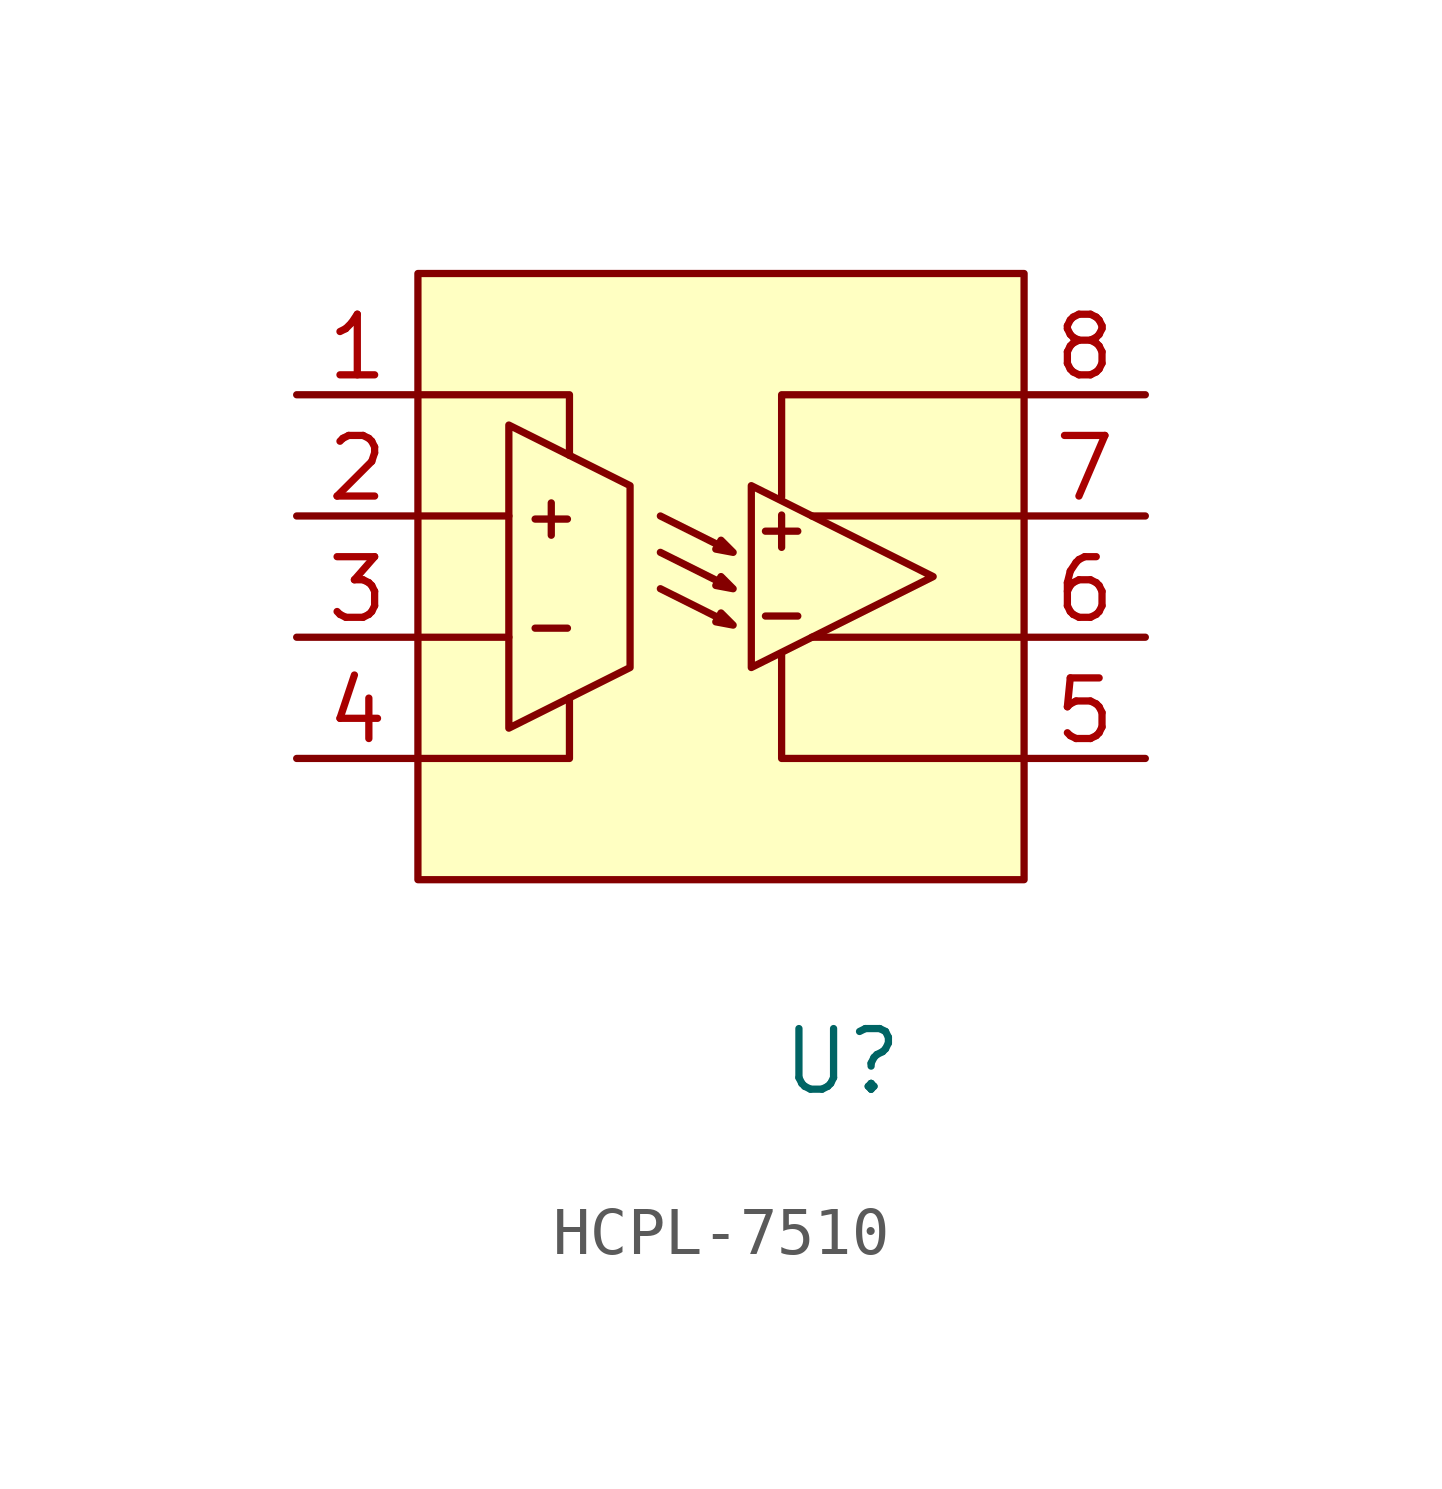
<source format=kicad_sym>
(kicad_symbol_lib
  (version 20231120)
  (generator "kicad_symbol_editor")
  (generator_version "8.0")
  (symbol "HCPL-7510"
    (pin_names hide)
    (property "Reference" "U"
      (at 2.54 -10.16 0)
      (effects (font (size 1.27 1.27))))
    (property "Value" ""
      (at 2.54 -10.16 0)
      (effects (font (size 1.27 1.27))))
    (symbol "HCPL-7510_1_1"
      (rectangle (start -6.35 6.35) (end 6.35 -6.35) (stroke (width 0) (type default)) (fill (type background)))
      (polyline (pts (xy -6.35 -1.27) (xy -4.445 -1.27)) (stroke (width 0) (type default)) (fill (type none)))
      (polyline (pts (xy -6.35 1.27) (xy -4.445 1.27)) (stroke (width 0) (type default)) (fill (type none)))
      (polyline (pts (xy -1.27 -0.254) (xy 0 -0.889)) (stroke (width 0) (type solid)) (fill (type none)))
      (polyline (pts (xy -1.27 0.508) (xy 0 -0.127)) (stroke (width 0) (type solid)) (fill (type none)))
      (polyline (pts (xy -1.27 1.27) (xy 0 0.635)) (stroke (width 0) (type solid)) (fill (type none)))
      (polyline (pts (xy 6.35 -1.27) (xy 1.905 -1.27)) (stroke (width 0) (type default)) (fill (type none)))
      (polyline (pts (xy 6.35 1.27) (xy 1.905 1.27)) (stroke (width 0) (type default)) (fill (type none)))
      (polyline (pts (xy -6.35 -3.81) (xy -3.175 -3.81) (xy -3.175 -2.54)) (stroke (width 0) (type default)) (fill (type none)))
      (polyline (pts (xy -6.35 3.81) (xy -3.175 3.81) (xy -3.175 2.54)) (stroke (width 0) (type default)) (fill (type none)))
      (polyline (pts (xy 6.35 -3.81) (xy 1.27 -3.81) (xy 1.27 -1.646)) (stroke (width 0) (type default)) (fill (type none)))
      (polyline (pts (xy 6.35 3.81) (xy 1.27 3.81) (xy 1.27 1.668)) (stroke (width 0) (type default)) (fill (type none)))
      (polyline (pts (xy 0.254 -1.016) (xy 0 -0.762) (xy -0.109 -0.948) (xy 0.254 -1.016)) (stroke (width 0) (type default)) (fill (type none)))
      (polyline (pts (xy 0.254 -0.254) (xy 0 0) (xy -0.109 -0.186) (xy 0.254 -0.254)) (stroke (width 0) (type default)) (fill (type none)))
      (polyline (pts (xy 0.254 0.508) (xy 0 0.762) (xy -0.109 0.576) (xy 0.254 0.508)) (stroke (width 0) (type default)) (fill (type none)))
      (polyline (pts (xy 0.635 1.905) (xy 0.635 -1.905) (xy 4.445 0) (xy 0.635 1.905)) (stroke (width 0) (type default)) (fill (type background)))
      (polyline (pts (xy -4.445 -3.175) (xy -4.445 3.175) (xy -1.905 1.905) (xy -1.905 -1.905) (xy -4.445 -3.175)) (stroke (width 0) (type default)) (fill (type none)))
      (text "+" (at -3.556 1.27 0) (effects (font (size 0.889 0.889))))
      (text "+" (at 1.27 1.016 0) (effects (font (size 0.889 0.889))))
      (text "-" (at -3.556 -1.016 0) (effects (font (size 0.889 0.889))))
      (text "-" (at 1.27 -0.762 0) (effects (font (size 0.889 0.889))))
      (pin power_in line (at -8.89 3.81 0) (length 2.54) (name "V_{DD1}" (effects (font (size 1.27 1.27)))) (number "1" (effects (font (size 1.27 1.27)))))
      (pin input line (at -8.89 1.27 0) (length 2.54) (name "V_{IN+}" (effects (font (size 1.27 1.27)))) (number "2" (effects (font (size 1.27 1.27)))))
      (pin input line (at -8.89 -1.27 0) (length 2.54) (name "V_{IN-}" (effects (font (size 1.27 1.27)))) (number "3" (effects (font (size 1.27 1.27)))))
      (pin power_in line (at -8.89 -3.81 0) (length 2.54) (name "GND_{1}" (effects (font (size 1.27 1.27)))) (number "4" (effects (font (size 1.27 1.27)))))
      (pin power_in line (at 8.89 -3.81 180) (length 2.54) (name "GND_{2}" (effects (font (size 1.27 1.27)))) (number "5" (effects (font (size 1.27 1.27)))))
      (pin input line (at 8.89 -1.27 180) (length 2.54) (name "V_{REF}" (effects (font (size 1.27 1.27)))) (number "6" (effects (font (size 1.27 1.27)))))
      (pin output line (at 8.89 1.27 180) (length 2.54) (name "V_{OUT}" (effects (font (size 1.27 1.27)))) (number "7" (effects (font (size 1.27 1.27)))))
      (pin power_in line (at 8.89 3.81 180) (length 2.54) (name "V_{DD2}" (effects (font (size 1.27 1.27)))) (number "8" (effects (font (size 1.27 1.27))))))))
</source>
